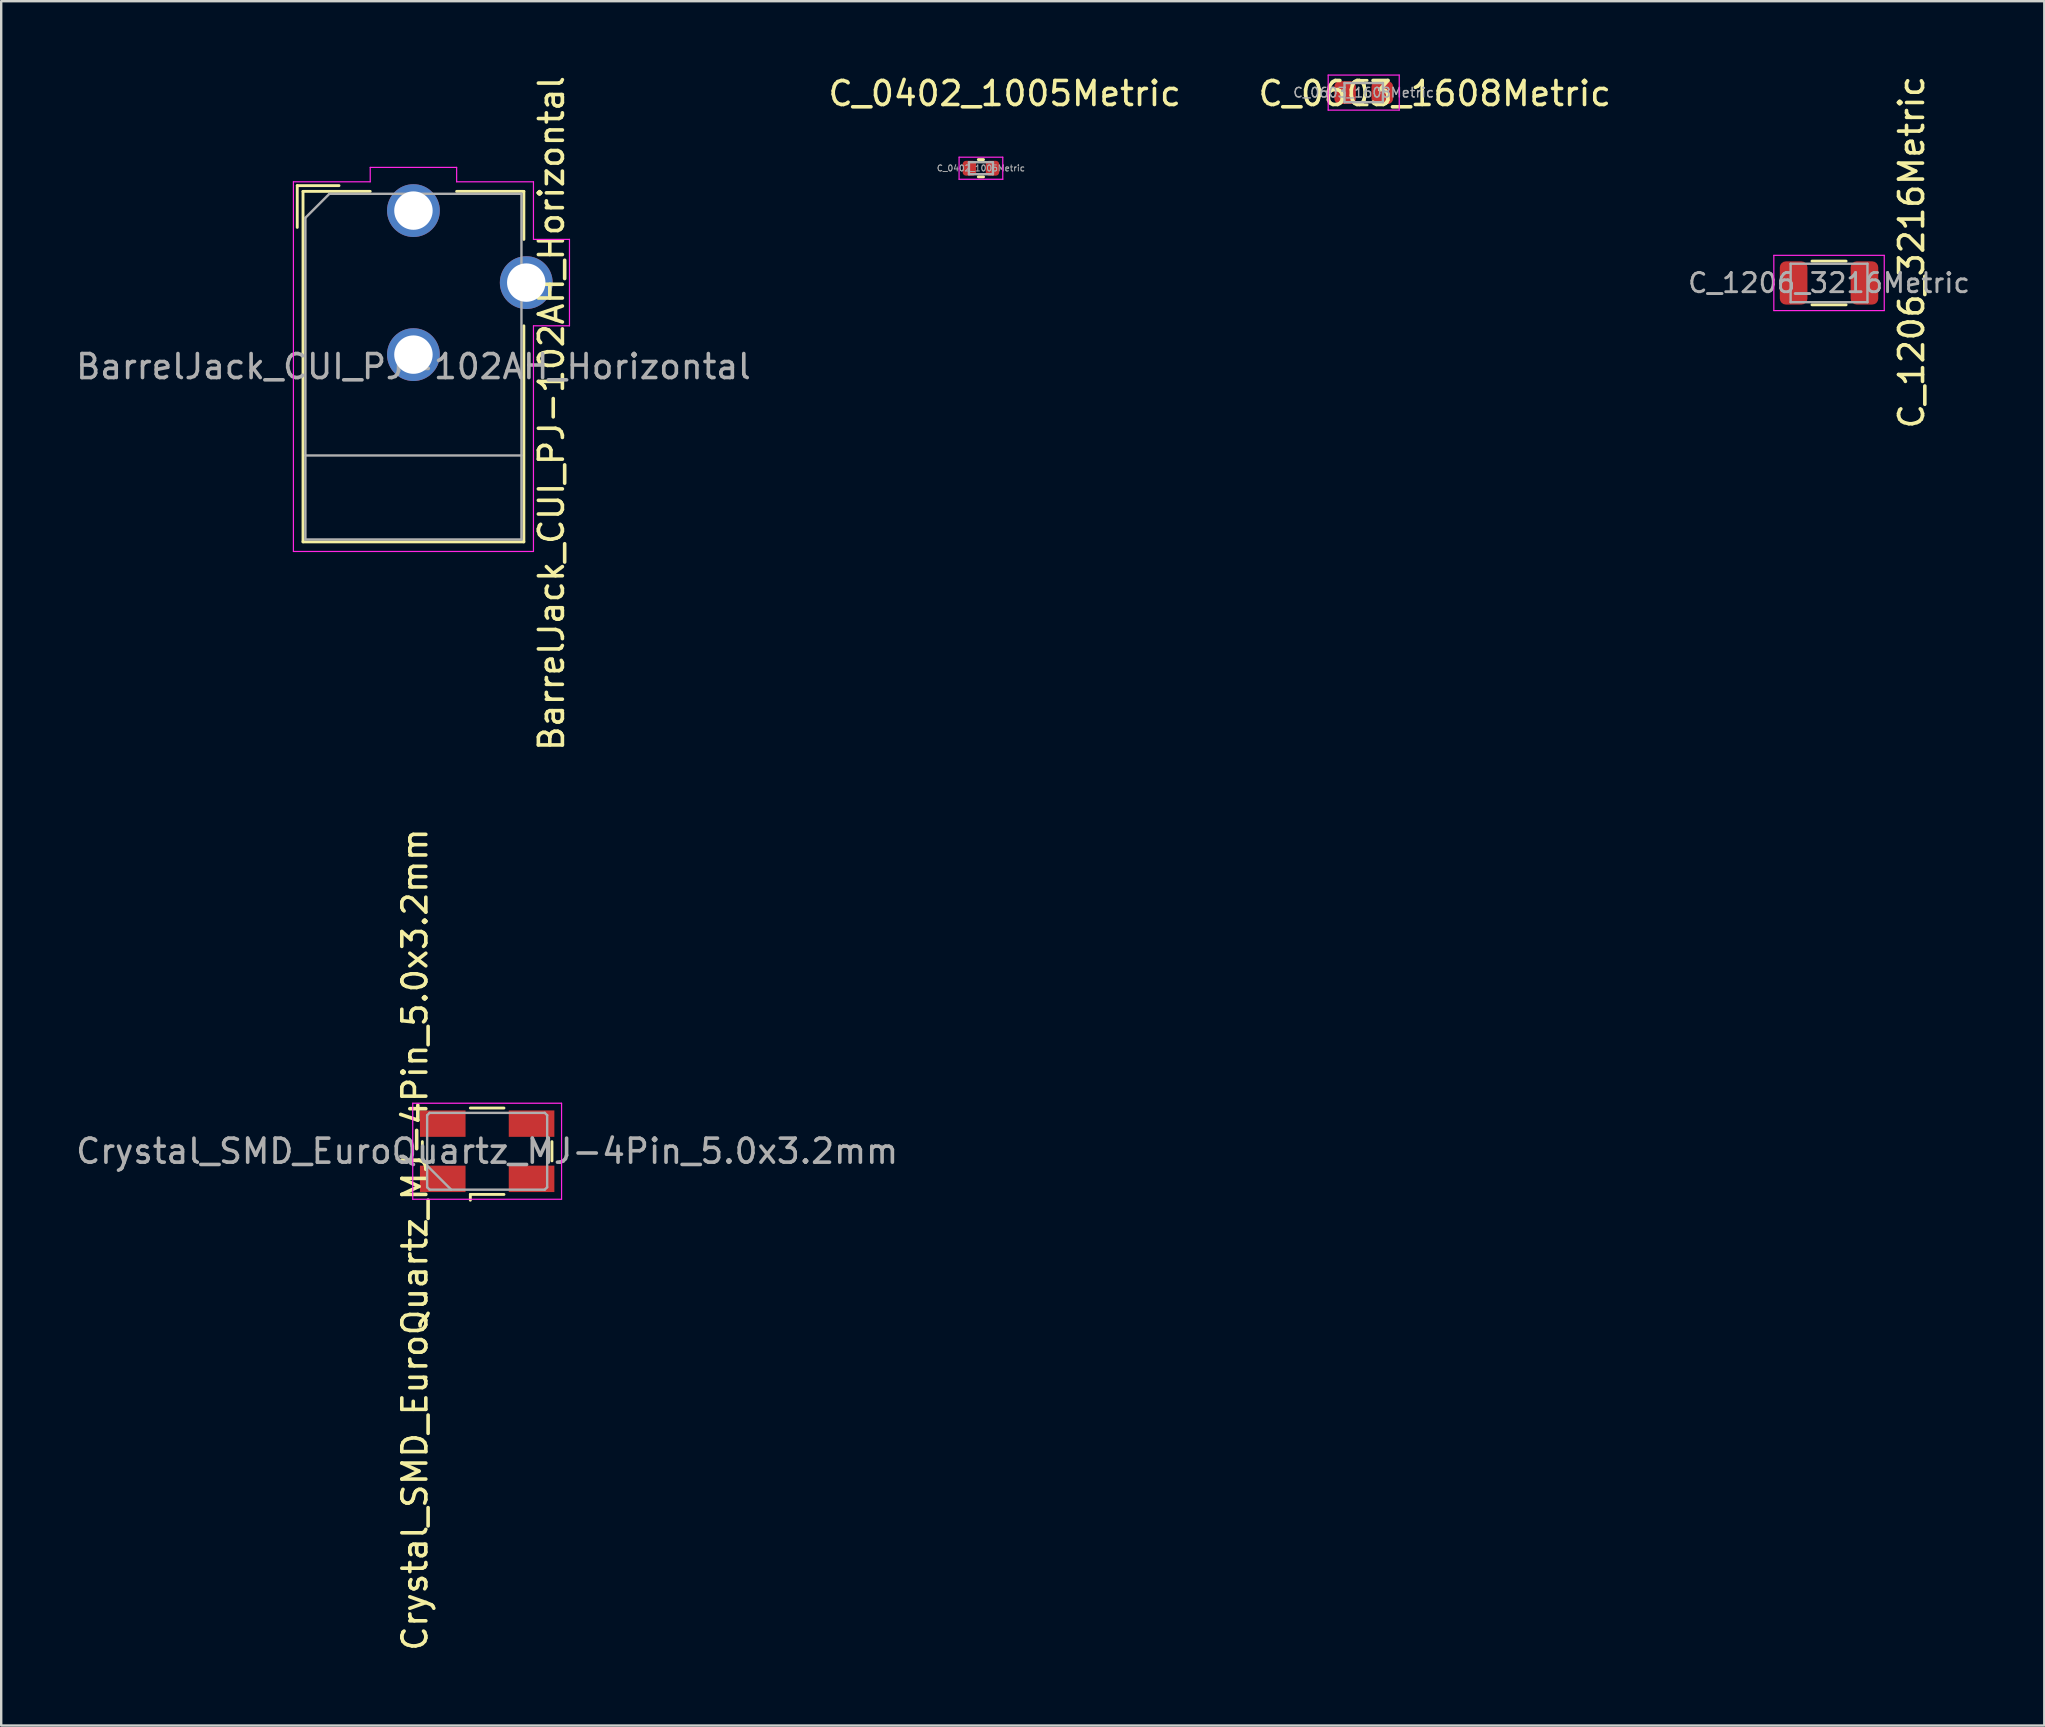
<source format=kicad_pcb>
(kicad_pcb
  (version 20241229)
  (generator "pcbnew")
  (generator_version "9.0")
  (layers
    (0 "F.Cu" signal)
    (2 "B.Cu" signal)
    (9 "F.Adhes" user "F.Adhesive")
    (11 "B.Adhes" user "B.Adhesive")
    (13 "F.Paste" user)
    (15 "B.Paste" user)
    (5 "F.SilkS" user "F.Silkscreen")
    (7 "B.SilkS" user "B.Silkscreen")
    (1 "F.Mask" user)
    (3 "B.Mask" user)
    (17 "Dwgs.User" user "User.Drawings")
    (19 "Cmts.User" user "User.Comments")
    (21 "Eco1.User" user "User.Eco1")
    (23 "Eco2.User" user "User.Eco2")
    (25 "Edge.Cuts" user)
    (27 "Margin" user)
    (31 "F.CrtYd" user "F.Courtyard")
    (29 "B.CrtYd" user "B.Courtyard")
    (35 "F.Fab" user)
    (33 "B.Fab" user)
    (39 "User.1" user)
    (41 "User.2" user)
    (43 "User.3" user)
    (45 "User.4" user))
  (footprint "C_0603_1608Metric"
    (layer "F.Cu")
    (at 53.76 0.808)
    (property "Reference" "C_0603_1608Metric" (at 2.96 0.04 0) (layer "F.SilkS") (effects (font (size 1 1) (thickness 0.15))))
    (attr smd)
    (fp_line (start -0.141 -0.51) (end 0.141 -0.51) (stroke (width 0.12) (type solid)) (layer "F.SilkS"))
    (fp_line (start -0.141 0.51) (end 0.141 0.51) (stroke (width 0.12) (type solid)) (layer "F.SilkS"))
    (fp_line (start -1.48 -0.73) (end 1.48 -0.73) (stroke (width 0.05) (type solid)) (layer "F.CrtYd"))
    (fp_line (start -1.48 0.73) (end -1.48 -0.73) (stroke (width 0.05) (type solid)) (layer "F.CrtYd"))
    (fp_line (start 1.48 -0.73) (end 1.48 0.73) (stroke (width 0.05) (type solid)) (layer "F.CrtYd"))
    (fp_line (start 1.48 0.73) (end -1.48 0.73) (stroke (width 0.05) (type solid)) (layer "F.CrtYd"))
    (fp_line (start -0.8 -0.4) (end 0.8 -0.4) (stroke (width 0.1) (type solid)) (layer "F.Fab"))
    (fp_line (start -0.8 0.4) (end -0.8 -0.4) (stroke (width 0.1) (type solid)) (layer "F.Fab"))
    (fp_line (start 0.8 -0.4) (end 0.8 0.4) (stroke (width 0.1) (type solid)) (layer "F.Fab"))
    (fp_line (start 0.8 0.4) (end -0.8 0.4) (stroke (width 0.1) (type solid)) (layer "F.Fab"))
    (fp_text user "${REFERENCE}" (at 0 0 0) (layer "F.Fab") (effects (font (size 0.4 0.4) (thickness 0.06))))
    (pad "1" smd roundrect (at -0.775 0 180) (size 0.9 0.95) (layers "F.Cu" "F.Mask" "F.Paste") (roundrect_rratio 0.25))
    (pad "2" smd roundrect (at 0.775 0 180) (size 0.9 0.95) (layers "F.Cu" "F.Mask" "F.Paste") (roundrect_rratio 0.25)))
  (footprint "Crystal_SMD_EuroQuartz_MJ-4Pin_5.0x3.2mm"
    (layer "F.Cu")
    (at 17.244 44.909)
    (property "Reference" "Crystal_SMD_EuroQuartz_MJ-4Pin_5.0x3.2mm" (at -3.01 3.68 270) (layer "F.SilkS") (effects (font (size 1 1) (thickness 0.15))))
    (attr smd)
    (fp_line (start -3 0.4) (end -2.7 0.4) (stroke (width 0.12) (type solid)) (layer "F.SilkS"))
    (fp_line (start -2.7 0.4) (end -2.7 -0.4) (stroke (width 0.12) (type solid)) (layer "F.SilkS"))
    (fp_line (start -0.7 -1.8) (end 0.7 -1.8) (stroke (width 0.12) (type solid)) (layer "F.SilkS"))
    (fp_line (start -0.7 1.8) (end -0.7 2.04) (stroke (width 0.12) (type solid)) (layer "F.SilkS"))
    (fp_line (start 0.7 1.8) (end -0.7 1.8) (stroke (width 0.12) (type solid)) (layer "F.SilkS"))
    (fp_line (start 2.7 -0.4) (end 2.7 0.4) (stroke (width 0.12) (type solid)) (layer "F.SilkS"))
    (fp_line (start -3.1 -2) (end -3.1 2) (stroke (width 0.05) (type solid)) (layer "F.CrtYd"))
    (fp_line (start -3.1 2) (end 3.1 2) (stroke (width 0.05) (type solid)) (layer "F.CrtYd"))
    (fp_line (start 3.1 -2) (end -3.1 -2) (stroke (width 0.05) (type solid)) (layer "F.CrtYd"))
    (fp_line (start 3.1 2) (end 3.1 -2) (stroke (width 0.05) (type solid)) (layer "F.CrtYd"))
    (fp_line (start -2.5 -1.5) (end -2.4 -1.6) (stroke (width 0.1) (type solid)) (layer "F.Fab"))
    (fp_line (start -2.5 0.6) (end -1.5 1.6) (stroke (width 0.1) (type solid)) (layer "F.Fab"))
    (fp_line (start -2.5 1.5) (end -2.5 -1.5) (stroke (width 0.1) (type solid)) (layer "F.Fab"))
    (fp_line (start -2.4 -1.6) (end 2.4 -1.6) (stroke (width 0.1) (type solid)) (layer "F.Fab"))
    (fp_line (start -2.4 1.6) (end -2.5 1.5) (stroke (width 0.1) (type solid)) (layer "F.Fab"))
    (fp_line (start 2.4 -1.6) (end 2.5 -1.5) (stroke (width 0.1) (type solid)) (layer "F.Fab"))
    (fp_line (start 2.4 1.6) (end -2.4 1.6) (stroke (width 0.1) (type solid)) (layer "F.Fab"))
    (fp_line (start 2.5 -1.5) (end 2.5 1.5) (stroke (width 0.1) (type solid)) (layer "F.Fab"))
    (fp_line (start 2.5 1.5) (end 2.4 1.6) (stroke (width 0.1) (type solid)) (layer "F.Fab"))
    (fp_text user "${REFERENCE}" (at 0 0 180) (layer "F.Fab") (effects (font (size 1 1) (thickness 0.15))))
    (pad "1" smd rect (at -1.85 1.15) (size 1.9 1.1) (layers "F.Cu" "F.Mask" "F.Paste"))
    (pad "2" smd rect (at 1.85 1.15) (size 1.9 1.1) (layers "F.Cu" "F.Mask" "F.Paste"))
    (pad "3" smd rect (at 1.85 -1.15) (size 1.9 1.1) (layers "F.Cu" "F.Mask" "F.Paste"))
    (pad "4" smd rect (at -1.85 -1.15) (size 1.9 1.1) (layers "F.Cu" "F.Mask" "F.Paste")))
  (footprint "BarrelJack_CUI_PJ-102AH_Horizontal"
    (layer "F.Cu")
    (at 14.173 5.723)
    (property "Reference" "BarrelJack_CUI_PJ-102AH_Horizontal" (at 5.75 8.45 90) (layer "F.SilkS") (effects (font (size 1 1) (thickness 0.15))))
    (fp_line (start -4.84 -1.04) (end -3.1 -1.04) (stroke (width 0.12) (type solid)) (layer "F.SilkS"))
    (fp_line (start -4.84 0.7) (end -4.84 -1.04) (stroke (width 0.12) (type solid)) (layer "F.SilkS"))
    (fp_line (start -4.6 -0.8) (end -1.8 -0.8) (stroke (width 0.12) (type solid)) (layer "F.SilkS"))
    (fp_line (start -4.6 13.8) (end -4.6 -0.8) (stroke (width 0.12) (type solid)) (layer "F.SilkS"))
    (fp_line (start 1.8 -0.8) (end 4.6 -0.8) (stroke (width 0.12) (type solid)) (layer "F.SilkS"))
    (fp_line (start 4.6 -0.8) (end 4.6 1.2) (stroke (width 0.12) (type solid)) (layer "F.SilkS"))
    (fp_line (start 4.6 4.8) (end 4.6 13.8) (stroke (width 0.12) (type solid)) (layer "F.SilkS"))
    (fp_line (start 4.6 13.8) (end -4.6 13.8) (stroke (width 0.12) (type solid)) (layer "F.SilkS"))
    (fp_line (start -5 -1.2) (end -1.8 -1.2) (stroke (width 0.05) (type solid)) (layer "F.CrtYd"))
    (fp_line (start -5 14.2) (end -5 -1.2) (stroke (width 0.05) (type solid)) (layer "F.CrtYd"))
    (fp_line (start -1.8 -1.8) (end 1.8 -1.8) (stroke (width 0.05) (type solid)) (layer "F.CrtYd"))
    (fp_line (start -1.8 -1.2) (end -1.8 -1.8) (stroke (width 0.05) (type solid)) (layer "F.CrtYd"))
    (fp_line (start 1.8 -1.8) (end 1.8 -1.2) (stroke (width 0.05) (type solid)) (layer "F.CrtYd"))
    (fp_line (start 1.8 -1.2) (end 5 -1.2) (stroke (width 0.05) (type solid)) (layer "F.CrtYd"))
    (fp_line (start 5 -1.2) (end 5 1.2) (stroke (width 0.05) (type solid)) (layer "F.CrtYd"))
    (fp_line (start 5 1.2) (end 6.5 1.2) (stroke (width 0.05) (type solid)) (layer "F.CrtYd"))
    (fp_line (start 5 4.8) (end 5 14.2) (stroke (width 0.05) (type solid)) (layer "F.CrtYd"))
    (fp_line (start 5 14.2) (end -5 14.2) (stroke (width 0.05) (type solid)) (layer "F.CrtYd"))
    (fp_line (start 6.5 1.2) (end 6.5 4.8) (stroke (width 0.05) (type solid)) (layer "F.CrtYd"))
    (fp_line (start 6.5 4.8) (end 5 4.8) (stroke (width 0.05) (type solid)) (layer "F.CrtYd"))
    (fp_line (start -4.5 0.3) (end -3.5 -0.7) (stroke (width 0.1) (type solid)) (layer "F.Fab"))
    (fp_line (start -4.5 10.2) (end 4.5 10.2) (stroke (width 0.1) (type solid)) (layer "F.Fab"))
    (fp_line (start -4.5 13.7) (end -4.5 0.3) (stroke (width 0.1) (type solid)) (layer "F.Fab"))
    (fp_line (start -3.5 -0.7) (end 4.5 -0.7) (stroke (width 0.1) (type solid)) (layer "F.Fab"))
    (fp_line (start 4.5 -0.7) (end 4.5 13.7) (stroke (width 0.1) (type solid)) (layer "F.Fab"))
    (fp_line (start 4.5 13.7) (end -4.5 13.7) (stroke (width 0.1) (type solid)) (layer "F.Fab"))
    (fp_text user "${REFERENCE}" (at 0 6.5 180) (layer "F.Fab") (effects (font (size 1 1) (thickness 0.15))))
    (pad "1" thru_hole circle (at 0 0) (size 2.2 2.2) (drill 1.6) (layers "*.Cu" "*.Mask"))
    (pad "2" thru_hole circle (at 0 6) (size 2.2 2.2) (drill 1.6) (layers "*.Cu" "*.Mask"))
    (pad "3" thru_hole circle (at 4.7 3) (size 2.2 2.2) (drill 1.6) (layers "*.Cu" "*.Mask")))
  (footprint "C_0402_1005Metric"
    (layer "F.Cu")
    (at 37.814 3.958)
    (property "Reference" "C_0402_1005Metric" (at 0.99 -3.11 0) (layer "F.SilkS") (effects (font (size 1 1) (thickness 0.15))))
    (attr smd)
    (fp_line (start -0.108 -0.36) (end 0.108 -0.36) (stroke (width 0.12) (type solid)) (layer "F.SilkS"))
    (fp_line (start -0.108 0.36) (end 0.108 0.36) (stroke (width 0.12) (type solid)) (layer "F.SilkS"))
    (fp_line (start -0.91 -0.46) (end 0.91 -0.46) (stroke (width 0.05) (type solid)) (layer "F.CrtYd"))
    (fp_line (start -0.91 0.46) (end -0.91 -0.46) (stroke (width 0.05) (type solid)) (layer "F.CrtYd"))
    (fp_line (start 0.91 -0.46) (end 0.91 0.46) (stroke (width 0.05) (type solid)) (layer "F.CrtYd"))
    (fp_line (start 0.91 0.46) (end -0.91 0.46) (stroke (width 0.05) (type solid)) (layer "F.CrtYd"))
    (fp_line (start -0.5 -0.25) (end 0.5 -0.25) (stroke (width 0.1) (type solid)) (layer "F.Fab"))
    (fp_line (start -0.5 0.25) (end -0.5 -0.25) (stroke (width 0.1) (type solid)) (layer "F.Fab"))
    (fp_line (start 0.5 -0.25) (end 0.5 0.25) (stroke (width 0.1) (type solid)) (layer "F.Fab"))
    (fp_line (start 0.5 0.25) (end -0.5 0.25) (stroke (width 0.1) (type solid)) (layer "F.Fab"))
    (fp_text user "${REFERENCE}" (at 0 0 0) (layer "F.Fab") (effects (font (size 0.25 0.25) (thickness 0.04))))
    (pad "1" smd roundrect (at -0.48 0 180) (size 0.56 0.62) (layers "F.Cu" "F.Mask" "F.Paste") (roundrect_rratio 0.25))
    (pad "2" smd roundrect (at 0.48 0 180) (size 0.56 0.62) (layers "F.Cu" "F.Mask" "F.Paste") (roundrect_rratio 0.25)))
  (footprint "C_1206_3216Metric"
    (layer "F.Cu")
    (at 73.145 8.738)
    (property "Reference" "C_1206_3216Metric" (at 3.44 -1.28 90) (layer "F.SilkS") (effects (font (size 1 1) (thickness 0.15))))
    (attr smd)
    (fp_line (start -0.711 -0.91) (end 0.711 -0.91) (stroke (width 0.12) (type solid)) (layer "F.SilkS"))
    (fp_line (start -0.711 0.91) (end 0.711 0.91) (stroke (width 0.12) (type solid)) (layer "F.SilkS"))
    (fp_line (start -2.3 -1.15) (end 2.3 -1.15) (stroke (width 0.05) (type solid)) (layer "F.CrtYd"))
    (fp_line (start -2.3 1.15) (end -2.3 -1.15) (stroke (width 0.05) (type solid)) (layer "F.CrtYd"))
    (fp_line (start 2.3 -1.15) (end 2.3 1.15) (stroke (width 0.05) (type solid)) (layer "F.CrtYd"))
    (fp_line (start 2.3 1.15) (end -2.3 1.15) (stroke (width 0.05) (type solid)) (layer "F.CrtYd"))
    (fp_line (start -1.6 -0.8) (end 1.6 -0.8) (stroke (width 0.1) (type solid)) (layer "F.Fab"))
    (fp_line (start -1.6 0.8) (end -1.6 -0.8) (stroke (width 0.1) (type solid)) (layer "F.Fab"))
    (fp_line (start 1.6 -0.8) (end 1.6 0.8) (stroke (width 0.1) (type solid)) (layer "F.Fab"))
    (fp_line (start 1.6 0.8) (end -1.6 0.8) (stroke (width 0.1) (type solid)) (layer "F.Fab"))
    (fp_text user "${REFERENCE}" (at 0 0 180) (layer "F.Fab") (effects (font (size 0.8 0.8) (thickness 0.12))))
    (pad "1" smd roundrect (at -1.475 0) (size 1.15 1.8) (layers "F.Cu" "F.Mask" "F.Paste") (roundrect_rratio 0.217))
    (pad "2" smd roundrect (at 1.475 0) (size 1.15 1.8) (layers "F.Cu" "F.Mask" "F.Paste") (roundrect_rratio 0.217)))
  (gr_rect
    (start -3 -3)
    (end 82.112 68.833)
    (stroke (width 0.1) (type default))
    (fill no)
    (layer "Edge.Cuts")))
</source>
